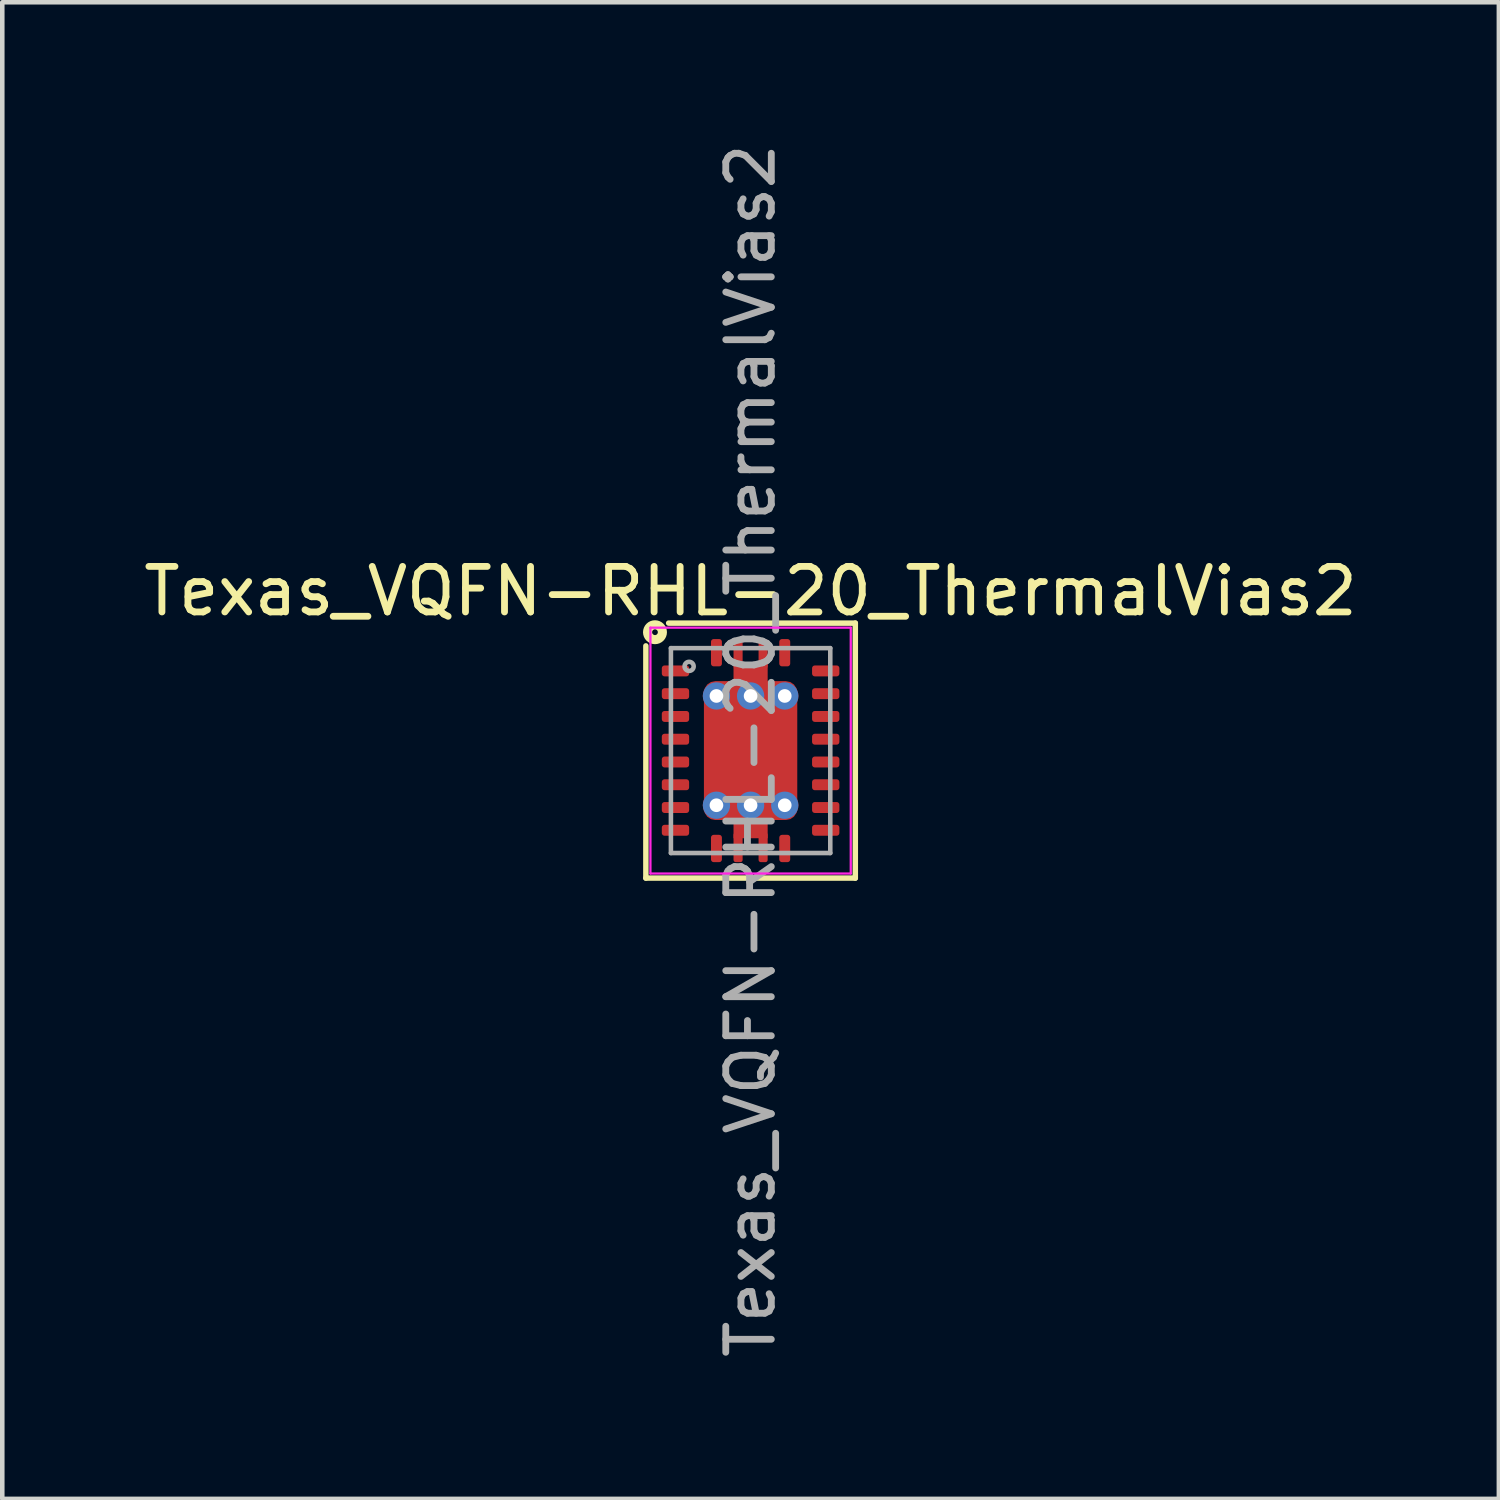
<source format=kicad_pcb>
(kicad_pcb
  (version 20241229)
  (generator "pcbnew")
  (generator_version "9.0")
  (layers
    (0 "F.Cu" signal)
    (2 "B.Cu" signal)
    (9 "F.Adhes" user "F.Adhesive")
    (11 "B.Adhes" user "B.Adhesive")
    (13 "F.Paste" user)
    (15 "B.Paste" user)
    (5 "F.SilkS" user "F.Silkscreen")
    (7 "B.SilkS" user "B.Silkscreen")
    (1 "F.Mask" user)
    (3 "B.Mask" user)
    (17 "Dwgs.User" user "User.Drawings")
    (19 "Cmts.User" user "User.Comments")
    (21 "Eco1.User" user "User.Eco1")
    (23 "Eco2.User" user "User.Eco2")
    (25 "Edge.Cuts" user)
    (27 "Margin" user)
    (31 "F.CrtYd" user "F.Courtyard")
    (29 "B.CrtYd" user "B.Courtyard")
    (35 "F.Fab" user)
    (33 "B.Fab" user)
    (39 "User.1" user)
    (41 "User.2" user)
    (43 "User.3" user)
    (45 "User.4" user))
  (footprint "Texas_VQFN-RHL-20_ThermalVias2"
    (layer "F.Cu")
    (at 13.435 13.435)
    (property "Reference" "Texas_VQFN-RHL-20_ThermalVias2" (at 0 -3.5 0) (layer "F.SilkS") (effects (font (size 1 1) (thickness 0.15))))
    (attr smd)
    (fp_line (start -2.3 -2.3) (end -2.3 2.8) (stroke (width 0.12) (type solid)) (layer "F.SilkS"))
    (fp_line (start -2.3 2.8) (end 2.3 2.8) (stroke (width 0.12) (type solid)) (layer "F.SilkS"))
    (fp_line (start 2.3 -2.8) (end -1.8 -2.8) (stroke (width 0.12) (type solid)) (layer "F.SilkS"))
    (fp_line (start 2.3 2.8) (end 2.3 -2.8) (stroke (width 0.12) (type solid)) (layer "F.SilkS"))
    (fp_circle (center -2.1 -2.6) (end -2.037 -2.6) (stroke (width 0.2) (type solid)) (fill no) (layer "F.SilkS"))
    (fp_line (start -2.2 -2.7) (end -2.2 2.7) (stroke (width 0.05) (type solid)) (layer "F.CrtYd"))
    (fp_line (start -2.2 -2.7) (end 2.2 -2.7) (stroke (width 0.05) (type solid)) (layer "F.CrtYd"))
    (fp_line (start -2.2 2.7) (end 2.2 2.7) (stroke (width 0.05) (type solid)) (layer "F.CrtYd"))
    (fp_line (start 2.2 -2.7) (end 2.2 2.7) (stroke (width 0.05) (type solid)) (layer "F.CrtYd"))
    (fp_line (start -1.75 -2.25) (end -1.75 2.25) (stroke (width 0.1) (type solid)) (layer "F.Fab"))
    (fp_line (start -1.75 -2.25) (end 1.75 -2.25) (stroke (width 0.1) (type solid)) (layer "F.Fab"))
    (fp_line (start -1.75 2.25) (end 1.75 2.25) (stroke (width 0.1) (type solid)) (layer "F.Fab"))
    (fp_line (start 1.75 -2.25) (end 1.75 2.25) (stroke (width 0.1) (type solid)) (layer "F.Fab"))
    (fp_circle (center -1.35 -1.85) (end -1.25 -1.85) (stroke (width 0.1) (type solid)) (fill no) (layer "F.Fab"))
    (fp_text user "${REFERENCE}" (at 0 0 90) (layer "F.Fab") (effects (font (size 1 1) (thickness 0.15))))
    (pad "" smd roundrect (at -0.475 -0.425) (size 0.75 0.65) (layers "F.Paste") (roundrect_rratio 0.25))
    (pad "" smd roundrect (at -0.475 0.425) (size 0.75 0.65) (layers "F.Paste") (roundrect_rratio 0.25))
    (pad "" smd roundrect (at 0 -1.8) (size 0.75 0.25) (layers "F.Mask") (roundrect_rratio 0.25))
    (pad "" smd roundrect (at 0 -1.8) (size 0.75 0.25) (layers "F.Paste") (roundrect_rratio 0.25))
    (pad "" smd roundrect (at 0 -1.675) (size 0.75 0.35) (layers "F.Mask") (roundrect_rratio 0.25))
    (pad "" smd roundrect (at 0 0) (size 2.05 1.8) (layers "F.Mask") (roundrect_rratio 0.139))
    (pad "" smd roundrect (at 0 1.675) (size 0.75 0.35) (layers "F.Mask") (roundrect_rratio 0.25))
    (pad "" smd roundrect (at 0 1.8) (size 0.75 0.25) (layers "F.Mask" "F.Paste") (roundrect_rratio 0.25))
    (pad "" smd roundrect (at 0.475 -0.425) (size 0.75 0.65) (layers "F.Paste") (roundrect_rratio 0.25))
    (pad "" smd roundrect (at 0.475 0.425) (size 0.75 0.65) (layers "F.Paste") (roundrect_rratio 0.25))
    (pad "1" smd roundrect (at -0.75 -2.15) (size 0.24 0.6) (layers "F.Cu" "F.Mask" "F.Paste") (roundrect_rratio 0.25))
    (pad "2" smd roundrect (at -1.65 -1.75) (size 0.6 0.24) (layers "F.Cu" "F.Mask" "F.Paste") (roundrect_rratio 0.25))
    (pad "3" smd roundrect (at -1.65 -1.25) (size 0.6 0.24) (layers "F.Cu" "F.Mask" "F.Paste") (roundrect_rratio 0.25))
    (pad "4" smd roundrect (at -1.65 -0.75) (size 0.6 0.24) (layers "F.Cu" "F.Mask" "F.Paste") (roundrect_rratio 0.25))
    (pad "5" smd roundrect (at -1.65 -0.25) (size 0.6 0.24) (layers "F.Cu" "F.Mask" "F.Paste") (roundrect_rratio 0.25))
    (pad "6" smd roundrect (at -1.65 0.25) (size 0.6 0.24) (layers "F.Cu" "F.Mask" "F.Paste") (roundrect_rratio 0.25))
    (pad "7" smd roundrect (at -1.65 0.75) (size 0.6 0.24) (layers "F.Cu" "F.Mask" "F.Paste") (roundrect_rratio 0.25))
    (pad "8" smd roundrect (at -1.65 1.25) (size 0.6 0.24) (layers "F.Cu" "F.Mask" "F.Paste") (roundrect_rratio 0.25))
    (pad "9" smd roundrect (at -1.65 1.75) (size 0.6 0.24) (layers "F.Cu" "F.Mask" "F.Paste") (roundrect_rratio 0.25))
    (pad "10" smd roundrect (at -0.75 2.15) (size 0.24 0.6) (layers "F.Cu" "F.Mask" "F.Paste") (roundrect_rratio 0.25))
    (pad "11" smd roundrect (at 0.75 2.15) (size 0.24 0.6) (layers "F.Cu" "F.Mask" "F.Paste") (roundrect_rratio 0.25))
    (pad "12" smd roundrect (at 1.65 1.75) (size 0.6 0.24) (layers "F.Cu" "F.Mask" "F.Paste") (roundrect_rratio 0.25))
    (pad "13" smd roundrect (at 1.65 1.25) (size 0.6 0.24) (layers "F.Cu" "F.Mask" "F.Paste") (roundrect_rratio 0.25))
    (pad "14" smd roundrect (at 1.65 0.75) (size 0.6 0.24) (layers "F.Cu" "F.Mask" "F.Paste") (roundrect_rratio 0.25))
    (pad "15" smd roundrect (at 1.65 0.25) (size 0.6 0.24) (layers "F.Cu" "F.Mask" "F.Paste") (roundrect_rratio 0.25))
    (pad "16" smd roundrect (at 1.65 -0.25) (size 0.6 0.24) (layers "F.Cu" "F.Mask" "F.Paste") (roundrect_rratio 0.25))
    (pad "17" smd roundrect (at 1.65 -0.75) (size 0.6 0.24) (layers "F.Cu" "F.Mask" "F.Paste") (roundrect_rratio 0.25))
    (pad "18" smd roundrect (at 1.65 -1.25) (size 0.6 0.24) (layers "F.Cu" "F.Mask" "F.Paste") (roundrect_rratio 0.25))
    (pad "19" smd roundrect (at 1.65 -1.75) (size 0.6 0.24) (layers "F.Cu" "F.Mask" "F.Paste") (roundrect_rratio 0.25))
    (pad "20" smd roundrect (at 0.75 -2.15) (size 0.24 0.6) (layers "F.Cu" "F.Mask" "F.Paste") (roundrect_rratio 0.25))
    (pad "21" thru_hole circle (at -0.75 -1.2 180) (size 0.6 0.6) (drill 0.3) (property pad_prop_heatsink) (layers "*.Cu" "*.Mask"))
    (pad "21" thru_hole circle (at -0.75 1.2 180) (size 0.6 0.6) (drill 0.3) (property pad_prop_heatsink) (layers "*.Cu" "*.Mask"))
    (pad "21" smd roundrect (at -0.275 -2.125) (size 0.2 0.65) (layers "F.Cu" "F.Mask" "F.Paste") (roundrect_rratio 0.25))
    (pad "21" smd roundrect (at -0.275 2.125) (size 0.2 0.65) (layers "F.Cu" "F.Mask" "F.Paste") (roundrect_rratio 0.25))
    (pad "21" smd rect (at 0 -1.712) (size 0.75 0.425) (layers "F.Cu"))
    (pad "21" thru_hole circle (at 0 -1.2 180) (size 0.6 0.6) (drill 0.3) (property pad_prop_heatsink) (layers "*.Cu" "*.Mask"))
    (pad "21" smd roundrect (at 0 0) (size 2.05 3.05) (layers "F.Cu") (roundrect_rratio 0.122))
    (pad "21" thru_hole circle (at 0 1.2 180) (size 0.6 0.6) (drill 0.3) (property pad_prop_heatsink) (layers "*.Cu" "*.Mask"))
    (pad "21" smd rect (at 0 1.55) (size 0.75 0.75) (layers "F.Cu"))
    (pad "21" smd roundrect (at 0.275 -2.125) (size 0.2 0.65) (layers "F.Cu" "F.Mask" "F.Paste") (roundrect_rratio 0.25))
    (pad "21" smd roundrect (at 0.275 2.125) (size 0.2 0.65) (layers "F.Cu" "F.Mask" "F.Paste") (roundrect_rratio 0.25))
    (pad "21" thru_hole circle (at 0.75 -1.2 180) (size 0.6 0.6) (drill 0.3) (property pad_prop_heatsink) (layers "*.Cu" "*.Mask"))
    (pad "21" thru_hole circle (at 0.75 1.2 180) (size 0.6 0.6) (drill 0.3) (property pad_prop_heatsink) (layers "*.Cu" "*.Mask")))
  (gr_rect
    (start -3 -3)
    (end 29.869 29.869)
    (stroke (width 0.1) (type default))
    (fill no)
    (layer "Edge.Cuts")))
</source>
